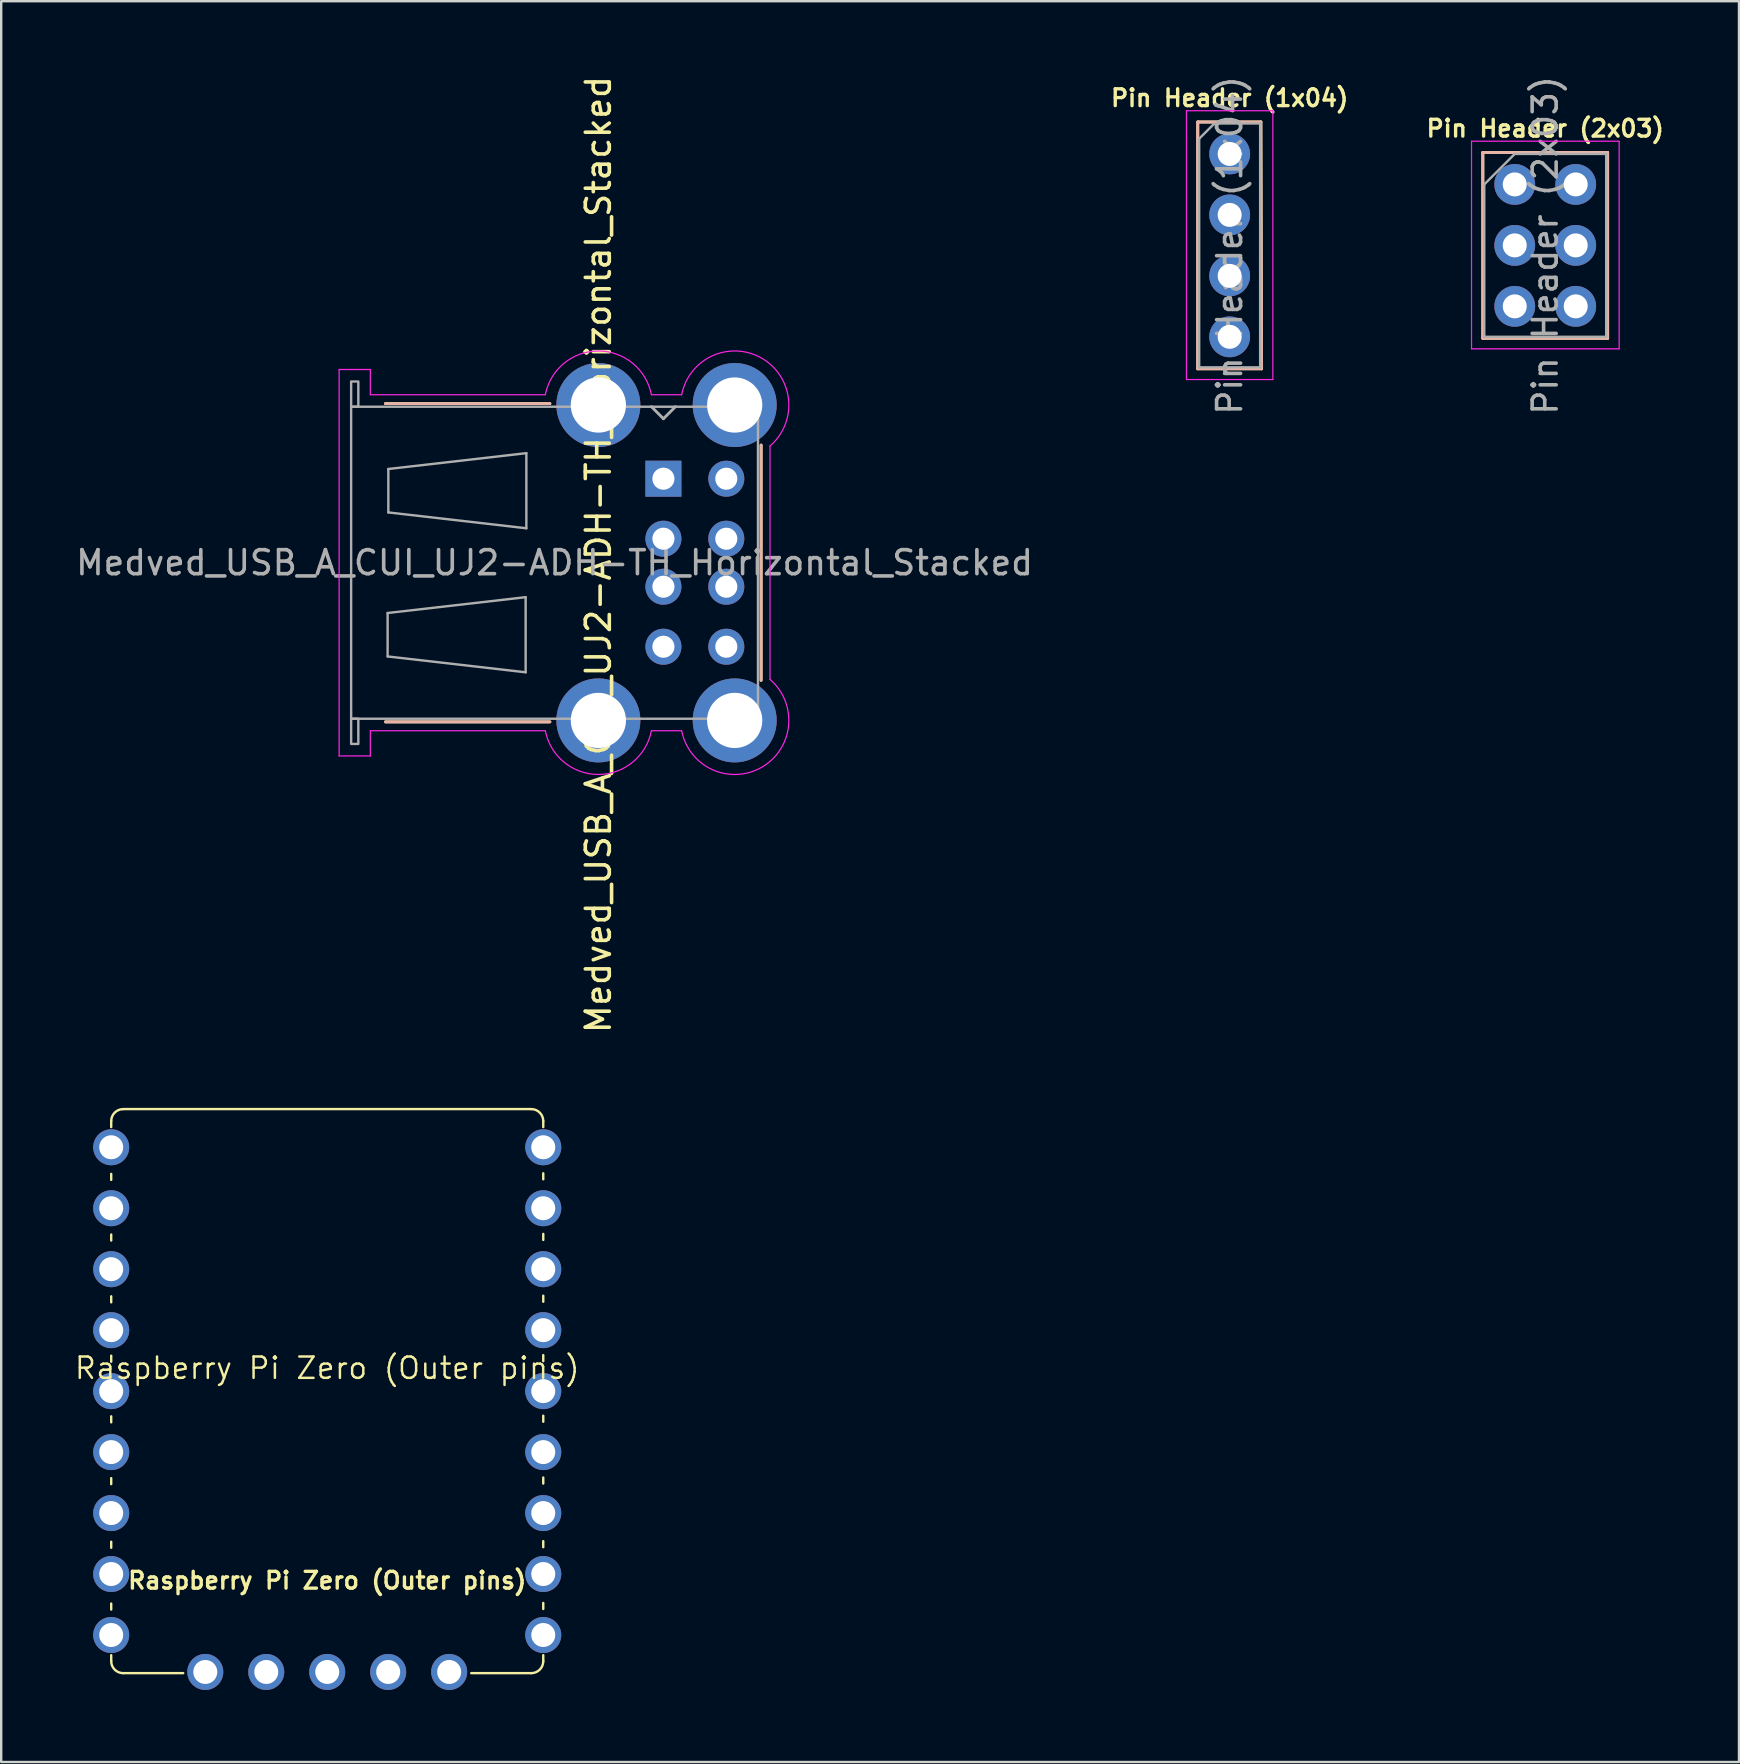
<source format=kicad_pcb>
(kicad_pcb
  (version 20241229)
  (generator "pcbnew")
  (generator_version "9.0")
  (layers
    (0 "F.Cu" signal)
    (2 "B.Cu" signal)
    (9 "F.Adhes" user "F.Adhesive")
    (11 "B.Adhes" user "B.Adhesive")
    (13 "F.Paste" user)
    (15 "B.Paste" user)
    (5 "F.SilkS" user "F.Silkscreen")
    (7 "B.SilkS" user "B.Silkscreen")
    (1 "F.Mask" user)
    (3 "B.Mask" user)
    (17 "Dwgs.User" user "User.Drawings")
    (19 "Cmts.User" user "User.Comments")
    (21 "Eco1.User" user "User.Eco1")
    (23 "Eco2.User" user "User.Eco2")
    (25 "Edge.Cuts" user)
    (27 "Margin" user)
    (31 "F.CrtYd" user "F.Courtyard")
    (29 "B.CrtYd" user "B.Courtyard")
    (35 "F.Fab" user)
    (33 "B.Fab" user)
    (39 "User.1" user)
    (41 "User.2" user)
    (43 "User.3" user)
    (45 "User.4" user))
  (footprint "Medved_USB_A_CUI_UJ2-ADH-TH_Horizontal_Stacked"
    (layer "F.Cu")
    (at 24.589 16.894)
    (property "Reference" "Medved_USB_A_CUI_UJ2-ADH-TH_Horizontal_Stacked" (at -2.71 3.16 90) (layer "F.SilkS") (effects (font (size 1 1) (thickness 0.15))))
    (attr through_hole)
    (fp_line (start -11.58 10.13) (end -4.73 10.13) (stroke (width 0.12) (type solid)) (layer "F.SilkS"))
    (fp_line (start -4.73 -3.13) (end -11.58 -3.13) (stroke (width 0.12) (type solid)) (layer "F.SilkS"))
    (fp_line (start 4.07 8.4) (end 4.07 -1.4) (stroke (width 0.12) (type solid)) (layer "F.SilkS"))
    (fp_line (start -11.58 10.13) (end -4.73 10.13) (stroke (width 0.12) (type solid)) (layer "B.SilkS"))
    (fp_line (start -4.73 -3.13) (end -11.58 -3.13) (stroke (width 0.12) (type solid)) (layer "B.SilkS"))
    (fp_line (start 4.07 8.4) (end 4.07 -1.4) (stroke (width 0.12) (type solid)) (layer "B.SilkS"))
    (fp_line (start -13.51 -4.55) (end -13.51 11.55) (stroke (width 0.05) (type solid)) (layer "F.CrtYd"))
    (fp_line (start -13.51 -4.55) (end -12.21 -4.55) (stroke (width 0.05) (type default)) (layer "F.CrtYd"))
    (fp_line (start -13.51 11.55) (end -12.21 11.55) (stroke (width 0.05) (type default)) (layer "F.CrtYd"))
    (fp_line (start -12.21 -4.55) (end -12.21 -3.5) (stroke (width 0.05) (type solid)) (layer "F.CrtYd"))
    (fp_line (start -12.21 10.5) (end -4.92 10.5) (stroke (width 0.05) (type solid)) (layer "F.CrtYd"))
    (fp_line (start -12.21 11.55) (end -12.21 10.5) (stroke (width 0.05) (type solid)) (layer "F.CrtYd"))
    (fp_line (start -4.92 -3.5) (end -12.21 -3.5) (stroke (width 0.05) (type solid)) (layer "F.CrtYd"))
    (fp_line (start -0.5 -3.5) (end 0.76 -3.5) (stroke (width 0.05) (type solid)) (layer "F.CrtYd"))
    (fp_line (start -0.5 10.5) (end 0.76 10.5) (stroke (width 0.05) (type solid)) (layer "F.CrtYd"))
    (fp_line (start 4.44 8.36) (end 4.44 -1.36) (stroke (width 0.05) (type solid)) (layer "F.CrtYd"))
    (fp_arc (start -4.92 -3.5) (mid -2.71 -5.321444) (end -0.5 -3.5) (stroke (width 0.05) (type solid)) (layer "F.CrtYd"))
    (fp_arc (start -0.5 10.5) (mid -2.71 12.321444) (end -4.92 10.5) (stroke (width 0.05) (type solid)) (layer "F.CrtYd"))
    (fp_arc (start 0.76 -3.5) (mid 4.104744 -5.017597) (end 4.44 -1.36) (stroke (width 0.05) (type solid)) (layer "F.CrtYd"))
    (fp_arc (start 2.97 10.07) (mid 2.97 10.07) (end 2.97 10.07) (stroke (width 0.05) (type solid)) (layer "F.CrtYd"))
    (fp_arc (start 4.44 8.36) (mid 4.104745 12.017598) (end 0.76 10.5) (stroke (width 0.05) (type solid)) (layer "F.CrtYd"))
    (fp_line (start -13.01 -3) (end -13.01 10) (stroke (width 0.1) (type solid)) (layer "F.Fab"))
    (fp_line (start -13.01 10) (end 3.94 10) (stroke (width 0.1) (type solid)) (layer "F.Fab"))
    (fp_line (start -11.49 5.595) (end -11.49 7.405) (stroke (width 0.1) (type solid)) (layer "F.Fab"))
    (fp_line (start -11.49 7.405) (end -5.74 8.065) (stroke (width 0.1) (type solid)) (layer "F.Fab"))
    (fp_line (start -11.46 -0.405) (end -11.46 1.405) (stroke (width 0.1) (type solid)) (layer "F.Fab"))
    (fp_line (start -11.46 1.405) (end -5.71 2.065) (stroke (width 0.1) (type solid)) (layer "F.Fab"))
    (fp_line (start -5.74 4.935) (end -11.49 5.595) (stroke (width 0.1) (type solid)) (layer "F.Fab"))
    (fp_line (start -5.74 8.065) (end -5.74 4.935) (stroke (width 0.1) (type solid)) (layer "F.Fab"))
    (fp_line (start -5.71 -1.065) (end -11.46 -0.405) (stroke (width 0.1) (type solid)) (layer "F.Fab"))
    (fp_line (start -5.71 2.065) (end -5.71 -1.065) (stroke (width 0.1) (type solid)) (layer "F.Fab"))
    (fp_line (start 0 -2.5) (end -0.5 -3) (stroke (width 0.12) (type solid)) (layer "F.Fab"))
    (fp_line (start 0 -2.5) (end 0.5 -3) (stroke (width 0.12) (type solid)) (layer "F.Fab"))
    (fp_line (start 3.94 -3) (end -13.01 -3) (stroke (width 0.1) (type solid)) (layer "F.Fab"))
    (fp_line (start 3.94 10) (end 3.94 -3) (stroke (width 0.1) (type solid)) (layer "F.Fab"))
    (fp_rect (start -13.01 -4.05) (end -12.71 -3) (stroke (width 0.1) (type default)) (fill no) (layer "F.Fab"))
    (fp_rect (start -13.01 10) (end -12.71 11.05) (stroke (width 0.1) (type default)) (fill no) (layer "F.Fab"))
    (fp_text user "${REFERENCE}" (at -4.535 3.5 0) (layer "F.Fab") (effects (font (size 1 1) (thickness 0.15))))
    (pad "1" thru_hole rect (at 0 0) (size 1.5 1.5) (drill 0.92) (layers "*.Cu" "*.Mask"))
    (pad "2" thru_hole circle (at 0 2.5) (size 1.5 1.5) (drill 0.92) (layers "*.Cu" "*.Mask"))
    (pad "3" thru_hole circle (at 0 4.5) (size 1.5 1.5) (drill 0.92) (layers "*.Cu" "*.Mask"))
    (pad "4" thru_hole circle (at 0 7) (size 1.5 1.5) (drill 0.92) (layers "*.Cu" "*.Mask"))
    (pad "5" thru_hole circle (at 2.62 0) (size 1.5 1.5) (drill 0.92) (layers "*.Cu" "*.Mask"))
    (pad "6" thru_hole circle (at 2.62 2.5) (size 1.5 1.5) (drill 0.92) (layers "*.Cu" "*.Mask"))
    (pad "7" thru_hole circle (at 2.62 4.5) (size 1.5 1.5) (drill 0.92) (layers "*.Cu" "*.Mask"))
    (pad "8" thru_hole circle (at 2.62 7) (size 1.5 1.5) (drill 0.92) (layers "*.Cu" "*.Mask"))
    (pad "9" thru_hole circle (at -2.71 -3.07) (size 3.5 3.5) (drill 2.3) (layers "*.Cu" "*.Mask"))
    (pad "9" thru_hole circle (at -2.71 10.07) (size 3.5 3.5) (drill 2.3) (layers "*.Cu" "*.Mask"))
    (pad "9" thru_hole circle (at 2.97 -3.07) (size 3.5 3.5) (drill 2.3) (layers "*.Cu" "*.Mask"))
    (pad "9" thru_hole circle (at 2.97 10.07) (size 3.5 3.5) (drill 2.3) (layers "*.Cu" "*.Mask")))
  (footprint "Pin Header (2x03)"
    (layer "F.Cu")
    (at 60.057 4.633)
    (property "Reference" "Pin Header (2x03)" (at 1.27 -2.33 0) (layer "F.SilkS") (effects (font (size 0.7 0.7) (thickness 0.14) (bold yes))))
    (attr through_hole)
    (fp_line (start -1.33 -1.33) (end -1.33 6.41) (stroke (width 0.12) (type solid)) (layer "F.SilkS"))
    (fp_line (start -1.33 -1.33) (end 3.87 -1.33) (stroke (width 0.12) (type solid)) (layer "F.SilkS"))
    (fp_line (start -1.33 6.41) (end 3.87 6.41) (stroke (width 0.12) (type solid)) (layer "F.SilkS"))
    (fp_line (start 3.87 -1.33) (end 3.87 6.41) (stroke (width 0.12) (type solid)) (layer "F.SilkS"))
    (fp_line (start -1.33 -1.33) (end -1.33 6.41) (stroke (width 0.12) (type solid)) (layer "B.SilkS"))
    (fp_line (start -1.33 -1.33) (end 3.87 -1.33) (stroke (width 0.12) (type solid)) (layer "B.SilkS"))
    (fp_line (start -1.33 6.41) (end 3.87 6.41) (stroke (width 0.12) (type solid)) (layer "B.SilkS"))
    (fp_line (start 3.87 -1.33) (end 3.87 6.41) (stroke (width 0.12) (type solid)) (layer "B.SilkS"))
    (fp_line (start -1.8 -1.8) (end -1.8 6.85) (stroke (width 0.05) (type solid)) (layer "F.CrtYd"))
    (fp_line (start -1.8 6.85) (end 4.35 6.85) (stroke (width 0.05) (type solid)) (layer "F.CrtYd"))
    (fp_line (start 4.35 -1.8) (end -1.8 -1.8) (stroke (width 0.05) (type solid)) (layer "F.CrtYd"))
    (fp_line (start 4.35 6.85) (end 4.35 -1.8) (stroke (width 0.05) (type solid)) (layer "F.CrtYd"))
    (fp_line (start -1.27 0) (end 0 -1.27) (stroke (width 0.1) (type solid)) (layer "F.Fab"))
    (fp_line (start -1.27 6.35) (end -1.27 0) (stroke (width 0.1) (type solid)) (layer "F.Fab"))
    (fp_line (start 0 -1.27) (end 3.81 -1.27) (stroke (width 0.1) (type solid)) (layer "F.Fab"))
    (fp_line (start 3.81 -1.27) (end 3.81 6.35) (stroke (width 0.1) (type solid)) (layer "F.Fab"))
    (fp_line (start 3.81 6.35) (end -1.27 6.35) (stroke (width 0.1) (type solid)) (layer "F.Fab"))
    (fp_text user "${REFERENCE}" (at 1.27 2.54 90) (layer "F.Fab") (effects (font (size 1 1) (thickness 0.15))))
    (pad "1" thru_hole circle (at 0 0) (size 1.7 1.7) (drill 1) (layers "*.Cu" "*.Mask"))
    (pad "2" thru_hole oval (at 2.54 0) (size 1.7 1.7) (drill 1) (layers "*.Cu" "*.Mask"))
    (pad "3" thru_hole oval (at 0 2.54) (size 1.7 1.7) (drill 1) (layers "*.Cu" "*.Mask"))
    (pad "4" thru_hole oval (at 2.54 2.54) (size 1.7 1.7) (drill 1) (layers "*.Cu" "*.Mask"))
    (pad "5" thru_hole oval (at 0 5.08) (size 1.7 1.7) (drill 1) (layers "*.Cu" "*.Mask"))
    (pad "6" thru_hole oval (at 2.54 5.08) (size 1.7 1.7) (drill 1) (layers "*.Cu" "*.Mask")))
  (footprint "Pin Header (1x04)"
    (layer "F.Cu")
    (at 48.18 3.363)
    (property "Reference" "Pin Header (1x04)" (at 0 -2.33 0) (layer "F.SilkS") (effects (font (size 0.7 0.7) (thickness 0.14) (bold yes))))
    (attr through_hole)
    (fp_line (start -1.33 -1.33) (end -1.33 8.95) (stroke (width 0.12) (type solid)) (layer "F.SilkS"))
    (fp_line (start -1.33 -1.33) (end 1.3 -1.33) (stroke (width 0.12) (type solid)) (layer "F.SilkS"))
    (fp_line (start -1.33 8.95) (end 1.33 8.95) (stroke (width 0.12) (type solid)) (layer "F.SilkS"))
    (fp_line (start 1.3 -1.33) (end 1.33 8.95) (stroke (width 0.12) (type solid)) (layer "F.SilkS"))
    (fp_line (start -1.33 -1.33) (end -1.33 8.95) (stroke (width 0.12) (type solid)) (layer "B.SilkS"))
    (fp_line (start -1.33 -1.33) (end 1.3 -1.33) (stroke (width 0.12) (type solid)) (layer "B.SilkS"))
    (fp_line (start -1.33 8.95) (end 1.33 8.95) (stroke (width 0.12) (type solid)) (layer "B.SilkS"))
    (fp_line (start 1.3 -1.33) (end 1.33 8.95) (stroke (width 0.12) (type solid)) (layer "B.SilkS"))
    (fp_line (start -1.8 -1.8) (end -1.8 9.4) (stroke (width 0.05) (type solid)) (layer "F.CrtYd"))
    (fp_line (start -1.8 9.4) (end 1.8 9.4) (stroke (width 0.05) (type solid)) (layer "F.CrtYd"))
    (fp_line (start 1.8 -1.8) (end -1.8 -1.8) (stroke (width 0.05) (type solid)) (layer "F.CrtYd"))
    (fp_line (start 1.8 9.4) (end 1.8 -1.8) (stroke (width 0.05) (type solid)) (layer "F.CrtYd"))
    (fp_line (start -1.27 -0.635) (end -0.635 -1.27) (stroke (width 0.1) (type solid)) (layer "F.Fab"))
    (fp_line (start -1.27 8.89) (end -1.27 -0.635) (stroke (width 0.1) (type solid)) (layer "F.Fab"))
    (fp_line (start -0.635 -1.27) (end 1.27 -1.27) (stroke (width 0.1) (type solid)) (layer "F.Fab"))
    (fp_line (start 1.27 -1.27) (end 1.27 8.89) (stroke (width 0.1) (type solid)) (layer "F.Fab"))
    (fp_line (start 1.27 8.89) (end -1.27 8.89) (stroke (width 0.1) (type solid)) (layer "F.Fab"))
    (fp_text user "${REFERENCE}" (at 0 3.81 90) (layer "F.Fab") (effects (font (size 1 1) (thickness 0.15))))
    (pad "1" thru_hole circle (at 0 0) (size 1.7 1.7) (drill 1) (layers "*.Cu" "*.Mask"))
    (pad "2" thru_hole oval (at 0 2.54) (size 1.7 1.7) (drill 1) (layers "*.Cu" "*.Mask"))
    (pad "3" thru_hole oval (at 0 5.08) (size 1.7 1.7) (drill 1) (layers "*.Cu" "*.Mask"))
    (pad "4" thru_hole oval (at 0 7.62) (size 1.7 1.7) (drill 1) (layers "*.Cu" "*.Mask")))
  (footprint "Raspberry Pi Zero (Outer pins)"
    (layer "F.Cu")
    (at 10.583 54.907)
    (property "Reference" "Raspberry Pi Zero (Outer pins)" (at 0 -0.96 0) (layer "F.SilkS") (effects (font (size 0.889 0.889) (thickness 0.102))))
    (attr through_hole exclude_from_pos_files)
    (fp_line (start -9 -11.25) (end -9 -11) (stroke (width 0.1) (type default)) (layer "F.SilkS"))
    (fp_line (start -9 -9.05) (end -9 -8.8) (stroke (width 0.1) (type default)) (layer "F.SilkS"))
    (fp_line (start -9 -6.525) (end -9 -6.275) (stroke (width 0.1) (type default)) (layer "F.SilkS"))
    (fp_line (start -9 -3.95) (end -9 -3.7) (stroke (width 0.1) (type default)) (layer "F.SilkS"))
    (fp_line (start -9 -1.475) (end -9 -1.225) (stroke (width 0.1) (type default)) (layer "F.SilkS"))
    (fp_line (start -9 1.05) (end -9 1.3) (stroke (width 0.1) (type default)) (layer "F.SilkS"))
    (fp_line (start -9 3.625) (end -9 3.875) (stroke (width 0.1) (type default)) (layer "F.SilkS"))
    (fp_line (start -9 6.275) (end -9 6.525) (stroke (width 0.1) (type default)) (layer "F.SilkS"))
    (fp_line (start -9 8.85) (end -9 9.1) (stroke (width 0.1) (type default)) (layer "F.SilkS"))
    (fp_line (start -9 11.25) (end -9 11) (stroke (width 0.1) (type default)) (layer "F.SilkS"))
    (fp_line (start -8.5 -11.75) (end 8.5 -11.75) (stroke (width 0.1) (type default)) (layer "F.SilkS"))
    (fp_line (start -8.5 11.75) (end -6 11.75) (stroke (width 0.1) (type default)) (layer "F.SilkS"))
    (fp_line (start 8.5 11.75) (end 6 11.75) (stroke (width 0.1) (type default)) (layer "F.SilkS"))
    (fp_line (start 9 -11.25) (end 9 -11) (stroke (width 0.1) (type default)) (layer "F.SilkS"))
    (fp_line (start 9 -9.075) (end 9 -8.825) (stroke (width 0.1) (type default)) (layer "F.SilkS"))
    (fp_line (start 9 -6.55) (end 9 -6.3) (stroke (width 0.1) (type default)) (layer "F.SilkS"))
    (fp_line (start 9 -3.975) (end 9 -3.725) (stroke (width 0.1) (type default)) (layer "F.SilkS"))
    (fp_line (start 9 -1.5) (end 9 -1.25) (stroke (width 0.1) (type default)) (layer "F.SilkS"))
    (fp_line (start 9 1.025) (end 9 1.275) (stroke (width 0.1) (type default)) (layer "F.SilkS"))
    (fp_line (start 9 3.6) (end 9 3.85) (stroke (width 0.1) (type default)) (layer "F.SilkS"))
    (fp_line (start 9 6.25) (end 9 6.5) (stroke (width 0.1) (type default)) (layer "F.SilkS"))
    (fp_line (start 9 8.825) (end 9 9.075) (stroke (width 0.1) (type default)) (layer "F.SilkS"))
    (fp_line (start 9 11.25) (end 9 11) (stroke (width 0.1) (type default)) (layer "F.SilkS"))
    (fp_arc (start -9 -11.25) (mid -8.853553 -11.603553) (end -8.5 -11.75) (stroke (width 0.1) (type default)) (layer "F.SilkS"))
    (fp_arc (start -8.5 11.75) (mid -8.853553 11.603553) (end -9 11.25) (stroke (width 0.1) (type default)) (layer "F.SilkS"))
    (fp_arc (start 8.5 -11.75) (mid 8.853553 -11.603553) (end 9 -11.25) (stroke (width 0.1) (type default)) (layer "F.SilkS"))
    (fp_arc (start 9 11.25) (mid 8.853553 11.603553) (end 8.5 11.75) (stroke (width 0.1) (type default)) (layer "F.SilkS"))
    (fp_text user "${REFERENCE}" (at 0 8.3 0) (unlocked yes) (layer "F.SilkS") (effects (font (size 0.7 0.7) (thickness 0.14) (bold yes)) (justify bottom)))
    (pad "1" thru_hole oval (at 9 -10.16) (size 1.5 1.5) (drill 1) (layers "*.Cu" "*.Mask"))
    (pad "2" thru_hole oval (at 9 -7.62) (size 1.5 1.5) (drill 1) (layers "*.Cu" "*.Mask"))
    (pad "3" thru_hole oval (at 9 -5.08) (size 1.5 1.5) (drill 1) (layers "*.Cu" "*.Mask"))
    (pad "4" thru_hole oval (at 9 -2.54) (size 1.5 1.5) (drill 1) (layers "*.Cu" "*.Mask"))
    (pad "5" thru_hole oval (at 9 0) (size 1.5 1.5) (drill 1) (layers "*.Cu" "*.Mask"))
    (pad "6" thru_hole oval (at 9 2.54) (size 1.5 1.5) (drill 1) (layers "*.Cu" "*.Mask"))
    (pad "7" thru_hole oval (at 9 5.08) (size 1.5 1.5) (drill 1) (layers "*.Cu" "*.Mask"))
    (pad "8" thru_hole oval (at 9 7.62) (size 1.5 1.5) (drill 1) (layers "*.Cu" "*.Mask"))
    (pad "9" thru_hole oval (at 9 10.16) (size 1.5 1.5) (drill 1) (layers "*.Cu" "*.Mask"))
    (pad "10" thru_hole oval (at 5.08 11.7) (size 1.5 1.5) (drill 1) (layers "*.Cu" "*.Mask"))
    (pad "11" thru_hole oval (at 2.54 11.7) (size 1.5 1.5) (drill 1) (layers "*.Cu" "*.Mask"))
    (pad "12" thru_hole oval (at 0 11.7) (size 1.5 1.5) (drill 1) (layers "*.Cu" "*.Mask"))
    (pad "13" thru_hole oval (at -2.54 11.7) (size 1.5 1.5) (drill 1) (layers "*.Cu" "*.Mask"))
    (pad "14" thru_hole oval (at -5.08 11.7) (size 1.5 1.5) (drill 1) (layers "*.Cu" "*.Mask"))
    (pad "15" thru_hole oval (at -9 10.16) (size 1.5 1.5) (drill 1) (layers "*.Cu" "*.Mask"))
    (pad "16" thru_hole oval (at -9 7.62) (size 1.5 1.5) (drill 1) (layers "*.Cu" "*.Mask"))
    (pad "17" thru_hole oval (at -9 5.08) (size 1.5 1.5) (drill 1) (layers "*.Cu" "*.Mask"))
    (pad "18" thru_hole oval (at -9 2.54) (size 1.5 1.5) (drill 1) (layers "*.Cu" "*.Mask"))
    (pad "19" thru_hole oval (at -9 0) (size 1.5 1.5) (drill 1) (layers "*.Cu" "*.Mask"))
    (pad "20" thru_hole oval (at -9 -2.54) (size 1.5 1.5) (drill 1) (layers "*.Cu" "*.Mask"))
    (pad "21" thru_hole oval (at -9 -5.08) (size 1.5 1.5) (drill 1) (layers "*.Cu" "*.Mask"))
    (pad "22" thru_hole oval (at -9 -7.62) (size 1.5 1.5) (drill 1) (layers "*.Cu" "*.Mask"))
    (pad "23" thru_hole oval (at -9 -10.16) (size 1.5 1.5) (drill 1) (layers "*.Cu" "*.Mask")))
  (gr_rect
    (start -3 -3)
    (end 69.4 70.357)
    (stroke (width 0.1) (type default))
    (fill no)
    (layer "Edge.Cuts")))
</source>
